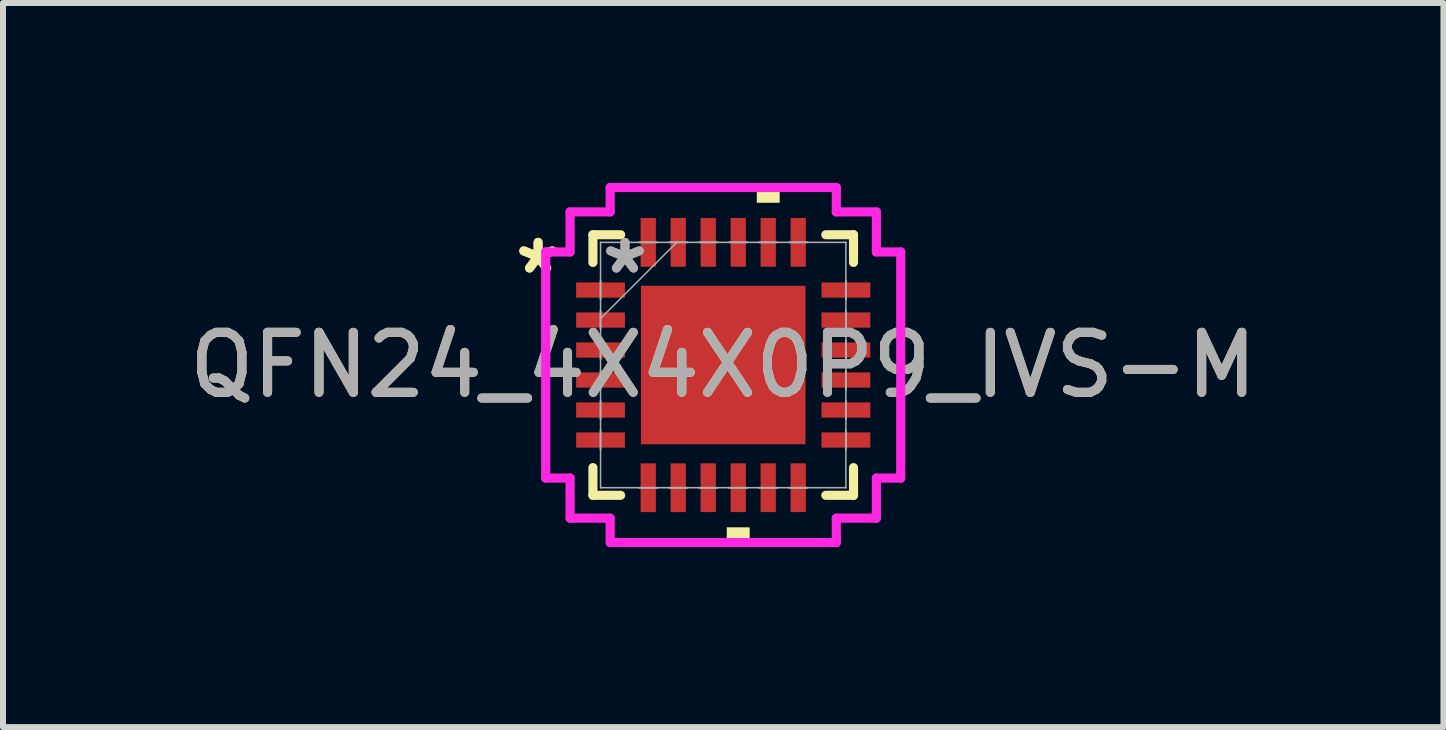
<source format=kicad_pcb>
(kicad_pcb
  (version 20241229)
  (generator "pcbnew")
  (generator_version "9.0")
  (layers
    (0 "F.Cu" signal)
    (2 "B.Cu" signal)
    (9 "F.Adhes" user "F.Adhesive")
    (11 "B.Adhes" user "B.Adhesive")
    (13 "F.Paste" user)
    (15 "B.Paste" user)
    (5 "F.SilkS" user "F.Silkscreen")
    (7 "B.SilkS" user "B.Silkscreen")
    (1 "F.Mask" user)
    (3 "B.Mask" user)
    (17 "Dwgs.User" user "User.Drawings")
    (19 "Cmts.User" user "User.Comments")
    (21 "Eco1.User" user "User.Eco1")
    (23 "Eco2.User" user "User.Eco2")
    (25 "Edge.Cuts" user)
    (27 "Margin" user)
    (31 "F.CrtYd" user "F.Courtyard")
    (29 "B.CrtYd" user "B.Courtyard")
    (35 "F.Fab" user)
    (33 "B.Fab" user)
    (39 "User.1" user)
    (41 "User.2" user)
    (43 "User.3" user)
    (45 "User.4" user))
  (footprint "QFN24_4X4X0P9_IVS-M"
    (layer "F.Cu")
    (at 9.006 3.035)
    (property "Reference" "QFN24_4X4X0P9_IVS-M" (at 0 0 0) (unlocked yes) (layer "F.SilkS") (effects (font (size 1 1) (thickness 0.15))))
    (attr smd)
    (fp_line (start -2.172 -2.172) (end -2.172 -1.71) (stroke (width 0.152) (type solid)) (layer "F.SilkS"))
    (fp_line (start -2.172 1.71) (end -2.172 2.172) (stroke (width 0.152) (type solid)) (layer "F.SilkS"))
    (fp_line (start -2.172 2.172) (end -1.71 2.172) (stroke (width 0.152) (type solid)) (layer "F.SilkS"))
    (fp_line (start -1.71 -2.172) (end -2.172 -2.172) (stroke (width 0.152) (type solid)) (layer "F.SilkS"))
    (fp_line (start 1.71 2.172) (end 2.172 2.172) (stroke (width 0.152) (type solid)) (layer "F.SilkS"))
    (fp_line (start 2.172 -2.172) (end 1.71 -2.172) (stroke (width 0.152) (type solid)) (layer "F.SilkS"))
    (fp_line (start 2.172 -1.71) (end 2.172 -2.172) (stroke (width 0.152) (type solid)) (layer "F.SilkS"))
    (fp_line (start 2.172 2.172) (end 2.172 1.71) (stroke (width 0.152) (type solid)) (layer "F.SilkS"))
    (fp_poly (pts (xy 0.059 2.705) (xy 0.059 2.959) (xy 0.441 2.959) (xy 0.441 2.705)) (stroke (width 0) (type solid)) (fill yes) (layer "F.SilkS"))
    (fp_poly (pts (xy 0.56 -2.705) (xy 0.56 -2.959) (xy 0.941 -2.959) (xy 0.941 -2.705)) (stroke (width 0) (type solid)) (fill yes) (layer "F.SilkS"))
    (fp_poly (pts (xy -1.272 -1.221) (xy -1.272 -0.1) (xy -0.1 -0.1) (xy -0.1 -1.221)) (stroke (width 0) (type solid)) (fill yes) (layer "F.Paste"))
    (fp_poly (pts (xy -1.272 0.1) (xy -1.272 1.221) (xy -0.1 1.221) (xy -0.1 0.1)) (stroke (width 0) (type solid)) (fill yes) (layer "F.Paste"))
    (fp_poly (pts (xy 0.1 -1.221) (xy 0.1 -0.1) (xy 1.272 -0.1) (xy 1.272 -1.221)) (stroke (width 0) (type solid)) (fill yes) (layer "F.Paste"))
    (fp_poly (pts (xy 0.1 0.1) (xy 0.1 1.221) (xy 1.272 1.221) (xy 1.272 0.1)) (stroke (width 0) (type solid)) (fill yes) (layer "F.Paste"))
    (fp_line (start -2.959 -1.885) (end -2.553 -1.885) (stroke (width 0.152) (type solid)) (layer "F.CrtYd"))
    (fp_line (start -2.959 1.885) (end -2.959 -1.885) (stroke (width 0.152) (type solid)) (layer "F.CrtYd"))
    (fp_line (start -2.553 -2.553) (end -1.885 -2.553) (stroke (width 0.152) (type solid)) (layer "F.CrtYd"))
    (fp_line (start -2.553 -1.885) (end -2.553 -2.553) (stroke (width 0.152) (type solid)) (layer "F.CrtYd"))
    (fp_line (start -2.553 1.885) (end -2.959 1.885) (stroke (width 0.152) (type solid)) (layer "F.CrtYd"))
    (fp_line (start -2.553 2.553) (end -2.553 1.885) (stroke (width 0.152) (type solid)) (layer "F.CrtYd"))
    (fp_line (start -1.885 -2.959) (end 1.885 -2.959) (stroke (width 0.152) (type solid)) (layer "F.CrtYd"))
    (fp_line (start -1.885 -2.553) (end -1.885 -2.959) (stroke (width 0.152) (type solid)) (layer "F.CrtYd"))
    (fp_line (start -1.885 2.553) (end -2.553 2.553) (stroke (width 0.152) (type solid)) (layer "F.CrtYd"))
    (fp_line (start -1.885 2.959) (end -1.885 2.553) (stroke (width 0.152) (type solid)) (layer "F.CrtYd"))
    (fp_line (start 1.885 -2.959) (end 1.885 -2.553) (stroke (width 0.152) (type solid)) (layer "F.CrtYd"))
    (fp_line (start 1.885 -2.553) (end 2.553 -2.553) (stroke (width 0.152) (type solid)) (layer "F.CrtYd"))
    (fp_line (start 1.885 2.553) (end 1.885 2.959) (stroke (width 0.152) (type solid)) (layer "F.CrtYd"))
    (fp_line (start 1.885 2.959) (end -1.885 2.959) (stroke (width 0.152) (type solid)) (layer "F.CrtYd"))
    (fp_line (start 2.553 -2.553) (end 2.553 -1.885) (stroke (width 0.152) (type solid)) (layer "F.CrtYd"))
    (fp_line (start 2.553 -1.885) (end 2.959 -1.885) (stroke (width 0.152) (type solid)) (layer "F.CrtYd"))
    (fp_line (start 2.553 1.885) (end 2.553 2.553) (stroke (width 0.152) (type solid)) (layer "F.CrtYd"))
    (fp_line (start 2.553 2.553) (end 1.885 2.553) (stroke (width 0.152) (type solid)) (layer "F.CrtYd"))
    (fp_line (start 2.959 -1.885) (end 2.959 1.885) (stroke (width 0.152) (type solid)) (layer "F.CrtYd"))
    (fp_line (start 2.959 1.885) (end 2.553 1.885) (stroke (width 0.152) (type solid)) (layer "F.CrtYd"))
    (fp_line (start -2.045 -2.045) (end -2.045 -2.045) (stroke (width 0.025) (type solid)) (layer "F.Fab"))
    (fp_line (start -2.045 -2.045) (end -2.045 2.045) (stroke (width 0.025) (type solid)) (layer "F.Fab"))
    (fp_line (start -2.045 -1.402) (end -2.045 -1.402) (stroke (width 0.025) (type solid)) (layer "F.Fab"))
    (fp_line (start -2.045 -1.402) (end -2.045 -1.098) (stroke (width 0.025) (type solid)) (layer "F.Fab"))
    (fp_line (start -2.045 -1.098) (end -2.045 -1.402) (stroke (width 0.025) (type solid)) (layer "F.Fab"))
    (fp_line (start -2.045 -1.098) (end -2.045 -1.098) (stroke (width 0.025) (type solid)) (layer "F.Fab"))
    (fp_line (start -2.045 -0.902) (end -2.045 -0.902) (stroke (width 0.025) (type solid)) (layer "F.Fab"))
    (fp_line (start -2.045 -0.902) (end -2.045 -0.598) (stroke (width 0.025) (type solid)) (layer "F.Fab"))
    (fp_line (start -2.045 -0.775) (end -0.775 -2.045) (stroke (width 0.025) (type solid)) (layer "F.Fab"))
    (fp_line (start -2.045 -0.598) (end -2.045 -0.902) (stroke (width 0.025) (type solid)) (layer "F.Fab"))
    (fp_line (start -2.045 -0.598) (end -2.045 -0.598) (stroke (width 0.025) (type solid)) (layer "F.Fab"))
    (fp_line (start -2.045 -0.402) (end -2.045 -0.402) (stroke (width 0.025) (type solid)) (layer "F.Fab"))
    (fp_line (start -2.045 -0.402) (end -2.045 -0.098) (stroke (width 0.025) (type solid)) (layer "F.Fab"))
    (fp_line (start -2.045 -0.098) (end -2.045 -0.402) (stroke (width 0.025) (type solid)) (layer "F.Fab"))
    (fp_line (start -2.045 -0.098) (end -2.045 -0.098) (stroke (width 0.025) (type solid)) (layer "F.Fab"))
    (fp_line (start -2.045 0.098) (end -2.045 0.098) (stroke (width 0.025) (type solid)) (layer "F.Fab"))
    (fp_line (start -2.045 0.098) (end -2.045 0.402) (stroke (width 0.025) (type solid)) (layer "F.Fab"))
    (fp_line (start -2.045 0.402) (end -2.045 0.098) (stroke (width 0.025) (type solid)) (layer "F.Fab"))
    (fp_line (start -2.045 0.402) (end -2.045 0.402) (stroke (width 0.025) (type solid)) (layer "F.Fab"))
    (fp_line (start -2.045 0.598) (end -2.045 0.598) (stroke (width 0.025) (type solid)) (layer "F.Fab"))
    (fp_line (start -2.045 0.598) (end -2.045 0.902) (stroke (width 0.025) (type solid)) (layer "F.Fab"))
    (fp_line (start -2.045 0.902) (end -2.045 0.598) (stroke (width 0.025) (type solid)) (layer "F.Fab"))
    (fp_line (start -2.045 0.902) (end -2.045 0.902) (stroke (width 0.025) (type solid)) (layer "F.Fab"))
    (fp_line (start -2.045 1.098) (end -2.045 1.098) (stroke (width 0.025) (type solid)) (layer "F.Fab"))
    (fp_line (start -2.045 1.098) (end -2.045 1.402) (stroke (width 0.025) (type solid)) (layer "F.Fab"))
    (fp_line (start -2.045 1.402) (end -2.045 1.098) (stroke (width 0.025) (type solid)) (layer "F.Fab"))
    (fp_line (start -2.045 1.402) (end -2.045 1.402) (stroke (width 0.025) (type solid)) (layer "F.Fab"))
    (fp_line (start -2.045 2.045) (end -2.045 2.045) (stroke (width 0.025) (type solid)) (layer "F.Fab"))
    (fp_line (start -2.045 2.045) (end 2.045 2.045) (stroke (width 0.025) (type solid)) (layer "F.Fab"))
    (fp_line (start -1.402 -2.045) (end -1.402 -2.045) (stroke (width 0.025) (type solid)) (layer "F.Fab"))
    (fp_line (start -1.402 -2.045) (end -1.098 -2.045) (stroke (width 0.025) (type solid)) (layer "F.Fab"))
    (fp_line (start -1.402 2.045) (end -1.402 2.045) (stroke (width 0.025) (type solid)) (layer "F.Fab"))
    (fp_line (start -1.402 2.045) (end -1.098 2.045) (stroke (width 0.025) (type solid)) (layer "F.Fab"))
    (fp_line (start -1.098 -2.045) (end -1.402 -2.045) (stroke (width 0.025) (type solid)) (layer "F.Fab"))
    (fp_line (start -1.098 -2.045) (end -1.098 -2.045) (stroke (width 0.025) (type solid)) (layer "F.Fab"))
    (fp_line (start -1.098 2.045) (end -1.402 2.045) (stroke (width 0.025) (type solid)) (layer "F.Fab"))
    (fp_line (start -1.098 2.045) (end -1.098 2.045) (stroke (width 0.025) (type solid)) (layer "F.Fab"))
    (fp_line (start -0.902 -2.045) (end -0.902 -2.045) (stroke (width 0.025) (type solid)) (layer "F.Fab"))
    (fp_line (start -0.902 -2.045) (end -0.598 -2.045) (stroke (width 0.025) (type solid)) (layer "F.Fab"))
    (fp_line (start -0.902 2.045) (end -0.902 2.045) (stroke (width 0.025) (type solid)) (layer "F.Fab"))
    (fp_line (start -0.902 2.045) (end -0.598 2.045) (stroke (width 0.025) (type solid)) (layer "F.Fab"))
    (fp_line (start -0.598 -2.045) (end -0.902 -2.045) (stroke (width 0.025) (type solid)) (layer "F.Fab"))
    (fp_line (start -0.598 -2.045) (end -0.598 -2.045) (stroke (width 0.025) (type solid)) (layer "F.Fab"))
    (fp_line (start -0.598 2.045) (end -0.902 2.045) (stroke (width 0.025) (type solid)) (layer "F.Fab"))
    (fp_line (start -0.598 2.045) (end -0.598 2.045) (stroke (width 0.025) (type solid)) (layer "F.Fab"))
    (fp_line (start -0.402 -2.045) (end -0.402 -2.045) (stroke (width 0.025) (type solid)) (layer "F.Fab"))
    (fp_line (start -0.402 -2.045) (end -0.098 -2.045) (stroke (width 0.025) (type solid)) (layer "F.Fab"))
    (fp_line (start -0.402 2.045) (end -0.402 2.045) (stroke (width 0.025) (type solid)) (layer "F.Fab"))
    (fp_line (start -0.402 2.045) (end -0.098 2.045) (stroke (width 0.025) (type solid)) (layer "F.Fab"))
    (fp_line (start -0.098 -2.045) (end -0.402 -2.045) (stroke (width 0.025) (type solid)) (layer "F.Fab"))
    (fp_line (start -0.098 -2.045) (end -0.098 -2.045) (stroke (width 0.025) (type solid)) (layer "F.Fab"))
    (fp_line (start -0.098 2.045) (end -0.402 2.045) (stroke (width 0.025) (type solid)) (layer "F.Fab"))
    (fp_line (start -0.098 2.045) (end -0.098 2.045) (stroke (width 0.025) (type solid)) (layer "F.Fab"))
    (fp_line (start 0.098 -2.045) (end 0.098 -2.045) (stroke (width 0.025) (type solid)) (layer "F.Fab"))
    (fp_line (start 0.098 -2.045) (end 0.402 -2.045) (stroke (width 0.025) (type solid)) (layer "F.Fab"))
    (fp_line (start 0.098 2.045) (end 0.098 2.045) (stroke (width 0.025) (type solid)) (layer "F.Fab"))
    (fp_line (start 0.098 2.045) (end 0.402 2.045) (stroke (width 0.025) (type solid)) (layer "F.Fab"))
    (fp_line (start 0.402 -2.045) (end 0.098 -2.045) (stroke (width 0.025) (type solid)) (layer "F.Fab"))
    (fp_line (start 0.402 -2.045) (end 0.402 -2.045) (stroke (width 0.025) (type solid)) (layer "F.Fab"))
    (fp_line (start 0.402 2.045) (end 0.098 2.045) (stroke (width 0.025) (type solid)) (layer "F.Fab"))
    (fp_line (start 0.402 2.045) (end 0.402 2.045) (stroke (width 0.025) (type solid)) (layer "F.Fab"))
    (fp_line (start 0.598 -2.045) (end 0.598 -2.045) (stroke (width 0.025) (type solid)) (layer "F.Fab"))
    (fp_line (start 0.598 -2.045) (end 0.902 -2.045) (stroke (width 0.025) (type solid)) (layer "F.Fab"))
    (fp_line (start 0.598 2.045) (end 0.598 2.045) (stroke (width 0.025) (type solid)) (layer "F.Fab"))
    (fp_line (start 0.598 2.045) (end 0.902 2.045) (stroke (width 0.025) (type solid)) (layer "F.Fab"))
    (fp_line (start 0.902 -2.045) (end 0.598 -2.045) (stroke (width 0.025) (type solid)) (layer "F.Fab"))
    (fp_line (start 0.902 -2.045) (end 0.902 -2.045) (stroke (width 0.025) (type solid)) (layer "F.Fab"))
    (fp_line (start 0.902 2.045) (end 0.598 2.045) (stroke (width 0.025) (type solid)) (layer "F.Fab"))
    (fp_line (start 0.902 2.045) (end 0.902 2.045) (stroke (width 0.025) (type solid)) (layer "F.Fab"))
    (fp_line (start 1.098 -2.045) (end 1.098 -2.045) (stroke (width 0.025) (type solid)) (layer "F.Fab"))
    (fp_line (start 1.098 -2.045) (end 1.402 -2.045) (stroke (width 0.025) (type solid)) (layer "F.Fab"))
    (fp_line (start 1.098 2.045) (end 1.098 2.045) (stroke (width 0.025) (type solid)) (layer "F.Fab"))
    (fp_line (start 1.098 2.045) (end 1.402 2.045) (stroke (width 0.025) (type solid)) (layer "F.Fab"))
    (fp_line (start 1.402 -2.045) (end 1.098 -2.045) (stroke (width 0.025) (type solid)) (layer "F.Fab"))
    (fp_line (start 1.402 -2.045) (end 1.402 -2.045) (stroke (width 0.025) (type solid)) (layer "F.Fab"))
    (fp_line (start 1.402 2.045) (end 1.098 2.045) (stroke (width 0.025) (type solid)) (layer "F.Fab"))
    (fp_line (start 1.402 2.045) (end 1.402 2.045) (stroke (width 0.025) (type solid)) (layer "F.Fab"))
    (fp_line (start 2.045 -2.045) (end -2.045 -2.045) (stroke (width 0.025) (type solid)) (layer "F.Fab"))
    (fp_line (start 2.045 -2.045) (end 2.045 -2.045) (stroke (width 0.025) (type solid)) (layer "F.Fab"))
    (fp_line (start 2.045 -1.402) (end 2.045 -1.402) (stroke (width 0.025) (type solid)) (layer "F.Fab"))
    (fp_line (start 2.045 -1.402) (end 2.045 -1.098) (stroke (width 0.025) (type solid)) (layer "F.Fab"))
    (fp_line (start 2.045 -1.098) (end 2.045 -1.402) (stroke (width 0.025) (type solid)) (layer "F.Fab"))
    (fp_line (start 2.045 -1.098) (end 2.045 -1.098) (stroke (width 0.025) (type solid)) (layer "F.Fab"))
    (fp_line (start 2.045 -0.902) (end 2.045 -0.902) (stroke (width 0.025) (type solid)) (layer "F.Fab"))
    (fp_line (start 2.045 -0.902) (end 2.045 -0.598) (stroke (width 0.025) (type solid)) (layer "F.Fab"))
    (fp_line (start 2.045 -0.598) (end 2.045 -0.902) (stroke (width 0.025) (type solid)) (layer "F.Fab"))
    (fp_line (start 2.045 -0.598) (end 2.045 -0.598) (stroke (width 0.025) (type solid)) (layer "F.Fab"))
    (fp_line (start 2.045 -0.402) (end 2.045 -0.402) (stroke (width 0.025) (type solid)) (layer "F.Fab"))
    (fp_line (start 2.045 -0.402) (end 2.045 -0.098) (stroke (width 0.025) (type solid)) (layer "F.Fab"))
    (fp_line (start 2.045 -0.098) (end 2.045 -0.402) (stroke (width 0.025) (type solid)) (layer "F.Fab"))
    (fp_line (start 2.045 -0.098) (end 2.045 -0.098) (stroke (width 0.025) (type solid)) (layer "F.Fab"))
    (fp_line (start 2.045 0.098) (end 2.045 0.098) (stroke (width 0.025) (type solid)) (layer "F.Fab"))
    (fp_line (start 2.045 0.098) (end 2.045 0.402) (stroke (width 0.025) (type solid)) (layer "F.Fab"))
    (fp_line (start 2.045 0.402) (end 2.045 0.098) (stroke (width 0.025) (type solid)) (layer "F.Fab"))
    (fp_line (start 2.045 0.402) (end 2.045 0.402) (stroke (width 0.025) (type solid)) (layer "F.Fab"))
    (fp_line (start 2.045 0.598) (end 2.045 0.598) (stroke (width 0.025) (type solid)) (layer "F.Fab"))
    (fp_line (start 2.045 0.598) (end 2.045 0.902) (stroke (width 0.025) (type solid)) (layer "F.Fab"))
    (fp_line (start 2.045 0.902) (end 2.045 0.598) (stroke (width 0.025) (type solid)) (layer "F.Fab"))
    (fp_line (start 2.045 0.902) (end 2.045 0.902) (stroke (width 0.025) (type solid)) (layer "F.Fab"))
    (fp_line (start 2.045 1.098) (end 2.045 1.098) (stroke (width 0.025) (type solid)) (layer "F.Fab"))
    (fp_line (start 2.045 1.098) (end 2.045 1.402) (stroke (width 0.025) (type solid)) (layer "F.Fab"))
    (fp_line (start 2.045 1.402) (end 2.045 1.098) (stroke (width 0.025) (type solid)) (layer "F.Fab"))
    (fp_line (start 2.045 1.402) (end 2.045 1.402) (stroke (width 0.025) (type solid)) (layer "F.Fab"))
    (fp_line (start 2.045 2.045) (end 2.045 -2.045) (stroke (width 0.025) (type solid)) (layer "F.Fab"))
    (fp_line (start 2.045 2.045) (end 2.045 2.045) (stroke (width 0.025) (type solid)) (layer "F.Fab"))
    (fp_text user "*" (at -3.086 -1.5 0) (unlocked yes) (layer "F.SilkS") (effects (font (size 1 1) (thickness 0.15))))
    (fp_text user "*" (at -3.086 -1.5 0) (layer "F.SilkS") (effects (font (size 1 1) (thickness 0.15))))
    (fp_text user "${REFERENCE}" (at 0 0 0) (unlocked yes) (layer "F.Fab") (effects (font (size 1 1) (thickness 0.15))))
    (fp_text user "*" (at -1.638 -1.5 0) (unlocked yes) (layer "F.Fab") (effects (font (size 1 1) (thickness 0.15))))
    (fp_text user "*" (at -1.638 -1.5 0) (layer "F.Fab") (effects (font (size 1 1) (thickness 0.15))))
    (pad "1" smd rect (at -2.045 -1.25 90) (size 0.254 0.813) (layers "F.Cu" "F.Mask" "F.Paste"))
    (pad "2" smd rect (at -2.045 -0.75 90) (size 0.254 0.813) (layers "F.Cu" "F.Mask" "F.Paste"))
    (pad "3" smd rect (at -2.045 -0.25 90) (size 0.254 0.813) (layers "F.Cu" "F.Mask" "F.Paste"))
    (pad "4" smd rect (at -2.045 0.25 90) (size 0.254 0.813) (layers "F.Cu" "F.Mask" "F.Paste"))
    (pad "5" smd rect (at -2.045 0.75 90) (size 0.254 0.813) (layers "F.Cu" "F.Mask" "F.Paste"))
    (pad "6" smd rect (at -2.045 1.25 90) (size 0.254 0.813) (layers "F.Cu" "F.Mask" "F.Paste"))
    (pad "7" smd rect (at -1.25 2.045) (size 0.254 0.813) (layers "F.Cu" "F.Mask" "F.Paste"))
    (pad "8" smd rect (at -0.75 2.045) (size 0.254 0.813) (layers "F.Cu" "F.Mask" "F.Paste"))
    (pad "9" smd rect (at -0.25 2.045) (size 0.254 0.813) (layers "F.Cu" "F.Mask" "F.Paste"))
    (pad "10" smd rect (at 0.25 2.045) (size 0.254 0.813) (layers "F.Cu" "F.Mask" "F.Paste"))
    (pad "11" smd rect (at 0.75 2.045) (size 0.254 0.813) (layers "F.Cu" "F.Mask" "F.Paste"))
    (pad "12" smd rect (at 1.25 2.045) (size 0.254 0.813) (layers "F.Cu" "F.Mask" "F.Paste"))
    (pad "13" smd rect (at 2.045 1.25 90) (size 0.254 0.813) (layers "F.Cu" "F.Mask" "F.Paste"))
    (pad "14" smd rect (at 2.045 0.75 90) (size 0.254 0.813) (layers "F.Cu" "F.Mask" "F.Paste"))
    (pad "15" smd rect (at 2.045 0.25 90) (size 0.254 0.813) (layers "F.Cu" "F.Mask" "F.Paste"))
    (pad "16" smd rect (at 2.045 -0.25 90) (size 0.254 0.813) (layers "F.Cu" "F.Mask" "F.Paste"))
    (pad "17" smd rect (at 2.045 -0.75 90) (size 0.254 0.813) (layers "F.Cu" "F.Mask" "F.Paste"))
    (pad "18" smd rect (at 2.045 -1.25 90) (size 0.254 0.813) (layers "F.Cu" "F.Mask" "F.Paste"))
    (pad "19" smd rect (at 1.25 -2.045) (size 0.254 0.813) (layers "F.Cu" "F.Mask" "F.Paste"))
    (pad "20" smd rect (at 0.75 -2.045) (size 0.254 0.813) (layers "F.Cu" "F.Mask" "F.Paste"))
    (pad "21" smd rect (at 0.25 -2.045) (size 0.254 0.813) (layers "F.Cu" "F.Mask" "F.Paste"))
    (pad "22" smd rect (at -0.25 -2.045) (size 0.254 0.813) (layers "F.Cu" "F.Mask" "F.Paste"))
    (pad "23" smd rect (at -0.75 -2.045) (size 0.254 0.813) (layers "F.Cu" "F.Mask" "F.Paste"))
    (pad "24" smd rect (at -1.25 -2.045) (size 0.254 0.813) (layers "F.Cu" "F.Mask" "F.Paste"))
    (pad "25" smd rect (at 0 0) (size 2.743 2.642) (layers "F.Cu" "F.Mask" "F.Paste")))
  (gr_rect
    (start -3 -3)
    (end 21.012 9.071)
    (stroke (width 0.1) (type default))
    (fill no)
    (layer "Edge.Cuts")))
</source>
